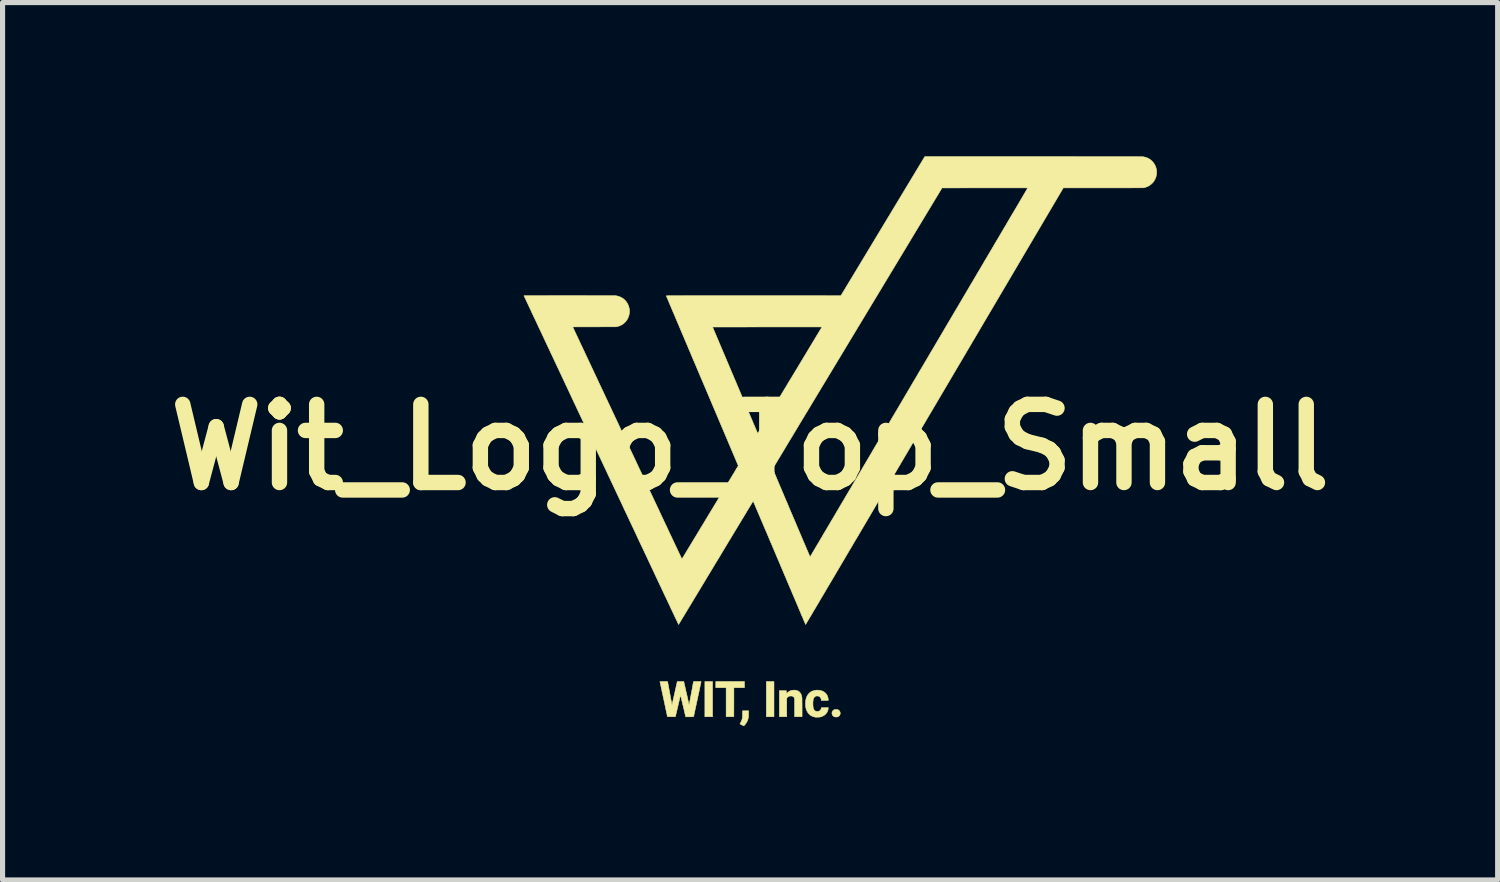
<source format=kicad_pcb>
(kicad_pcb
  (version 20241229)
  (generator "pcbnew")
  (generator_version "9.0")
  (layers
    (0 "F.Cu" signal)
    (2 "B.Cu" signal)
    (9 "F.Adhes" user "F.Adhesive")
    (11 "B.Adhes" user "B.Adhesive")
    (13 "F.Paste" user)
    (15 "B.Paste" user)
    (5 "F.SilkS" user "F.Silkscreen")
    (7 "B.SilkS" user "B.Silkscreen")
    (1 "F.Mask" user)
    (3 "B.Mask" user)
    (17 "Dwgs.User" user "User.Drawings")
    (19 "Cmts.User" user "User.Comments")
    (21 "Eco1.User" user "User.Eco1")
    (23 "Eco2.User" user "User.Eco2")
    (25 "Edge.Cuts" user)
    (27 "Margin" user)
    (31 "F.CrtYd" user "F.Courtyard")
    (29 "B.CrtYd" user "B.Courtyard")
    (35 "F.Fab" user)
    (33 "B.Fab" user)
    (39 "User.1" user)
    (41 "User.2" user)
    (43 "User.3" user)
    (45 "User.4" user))
  (footprint "Wit_Logo_Top_Small"
    (layer "F.Cu")
    (at 11.582 5.673)
    (property "Reference" "Wit_Logo_Top_Small" (at 0 0 0) (layer "F.SilkS") (effects (font (size 1.524 1.524) (thickness 0.3))))
    (attr through_hole)
    (fp_poly (pts (xy -0.732 5.259) (xy -0.882 5.259) (xy -0.882 4.572) (xy -0.732 4.572) (xy -0.732 5.259)) (stroke (width 0.01) (type solid)) (fill yes) (layer "F.SilkS"))
    (fp_poly (pts (xy 0.466 5.259) (xy 0.317 5.259) (xy 0.317 4.572) (xy 0.466 4.572) (xy 0.466 5.259)) (stroke (width 0.01) (type solid)) (fill yes) (layer "F.SilkS"))
    (fp_poly (pts (xy -0.11 4.691) (xy -0.213 4.691) (xy -0.316 4.691) (xy -0.316 4.975) (xy -0.317 5.259) (xy -0.467 5.259) (xy -0.467 4.691) (xy -0.669 4.691) (xy -0.669 4.572) (xy -0.11 4.572) (xy -0.11 4.691)) (stroke (width 0.01) (type solid)) (fill yes) (layer "F.SilkS"))
    (fp_poly (pts (xy 1.699 5.117) (xy 1.71 5.12) (xy 1.719 5.124) (xy 1.725 5.127) (xy 1.737 5.137) (xy 1.746 5.148) (xy 1.753 5.161) (xy 1.757 5.175) (xy 1.759 5.189) (xy 1.758 5.203) (xy 1.754 5.217) (xy 1.747 5.23) (xy 1.74 5.239) (xy 1.732 5.247) (xy 1.724 5.253) (xy 1.715 5.257) (xy 1.709 5.259) (xy 1.7 5.262) (xy 1.688 5.264) (xy 1.675 5.264) (xy 1.664 5.263) (xy 1.657 5.262) (xy 1.641 5.257) (xy 1.628 5.25) (xy 1.617 5.24) (xy 1.608 5.228) (xy 1.602 5.215) (xy 1.598 5.201) (xy 1.597 5.186) (xy 1.598 5.178) (xy 1.602 5.162) (xy 1.609 5.149) (xy 1.618 5.138) (xy 1.63 5.128) (xy 1.639 5.124) (xy 1.645 5.121) (xy 1.65 5.119) (xy 1.654 5.117) (xy 1.659 5.117) (xy 1.666 5.116) (xy 1.673 5.116) (xy 1.688 5.116) (xy 1.699 5.117)) (stroke (width 0.01) (type solid)) (fill yes) (layer "F.SilkS"))
    (fp_poly (pts (xy -0.03 5.197) (xy -0.03 5.211) (xy -0.03 5.225) (xy -0.031 5.238) (xy -0.031 5.249) (xy -0.032 5.258) (xy -0.032 5.265) (xy -0.032 5.266) (xy -0.037 5.291) (xy -0.044 5.317) (xy -0.054 5.342) (xy -0.067 5.367) (xy -0.082 5.39) (xy -0.098 5.411) (xy -0.108 5.422) (xy -0.123 5.437) (xy -0.16 5.419) (xy -0.17 5.413) (xy -0.179 5.409) (xy -0.187 5.405) (xy -0.192 5.402) (xy -0.196 5.4) (xy -0.196 5.399) (xy -0.196 5.397) (xy -0.194 5.393) (xy -0.191 5.387) (xy -0.187 5.379) (xy -0.182 5.37) (xy -0.181 5.368) (xy -0.173 5.352) (xy -0.167 5.337) (xy -0.162 5.324) (xy -0.158 5.312) (xy -0.154 5.3) (xy -0.152 5.292) (xy -0.151 5.287) (xy -0.151 5.283) (xy -0.15 5.278) (xy -0.149 5.272) (xy -0.149 5.265) (xy -0.149 5.256) (xy -0.148 5.246) (xy -0.148 5.232) (xy -0.148 5.216) (xy -0.148 5.209) (xy -0.147 5.143) (xy -0.029 5.143) (xy -0.03 5.197)) (stroke (width 0.01) (type solid)) (fill yes) (layer "F.SilkS"))
    (fp_poly (pts (xy 0.873 4.74) (xy 0.896 4.743) (xy 0.917 4.749) (xy 0.937 4.757) (xy 0.954 4.768) (xy 0.969 4.782) (xy 0.982 4.798) (xy 0.991 4.814) (xy 0.997 4.827) (xy 1.002 4.842) (xy 1.007 4.859) (xy 1.01 4.871) (xy 1.01 4.874) (xy 1.011 4.877) (xy 1.011 4.88) (xy 1.012 4.883) (xy 1.012 4.887) (xy 1.012 4.892) (xy 1.012 4.898) (xy 1.013 4.905) (xy 1.013 4.913) (xy 1.013 4.923) (xy 1.013 4.935) (xy 1.013 4.949) (xy 1.013 4.965) (xy 1.013 4.983) (xy 1.014 5.005) (xy 1.014 5.029) (xy 1.014 5.056) (xy 1.014 5.074) (xy 1.014 5.259) (xy 0.869 5.259) (xy 0.868 5.083) (xy 0.868 4.906) (xy 0.864 4.895) (xy 0.858 4.883) (xy 0.85 4.872) (xy 0.84 4.864) (xy 0.828 4.859) (xy 0.813 4.855) (xy 0.803 4.854) (xy 0.785 4.854) (xy 0.768 4.857) (xy 0.753 4.862) (xy 0.739 4.871) (xy 0.727 4.882) (xy 0.722 4.887) (xy 0.715 4.897) (xy 0.715 5.259) (xy 0.571 5.259) (xy 0.571 4.75) (xy 0.706 4.75) (xy 0.707 4.756) (xy 0.707 4.761) (xy 0.708 4.768) (xy 0.709 4.775) (xy 0.709 4.777) (xy 0.709 4.785) (xy 0.71 4.793) (xy 0.71 4.799) (xy 0.711 4.799) (xy 0.712 4.808) (xy 0.725 4.793) (xy 0.744 4.777) (xy 0.763 4.764) (xy 0.784 4.753) (xy 0.807 4.746) (xy 0.831 4.742) (xy 0.848 4.74) (xy 0.873 4.74)) (stroke (width 0.01) (type solid)) (fill yes) (layer "F.SilkS"))
    (fp_poly (pts (xy 1.35 4.742) (xy 1.377 4.747) (xy 1.402 4.755) (xy 1.426 4.765) (xy 1.447 4.778) (xy 1.465 4.793) (xy 1.482 4.81) (xy 1.496 4.829) (xy 1.507 4.851) (xy 1.516 4.874) (xy 1.519 4.886) (xy 1.52 4.892) (xy 1.522 4.9) (xy 1.523 4.909) (xy 1.524 4.918) (xy 1.525 4.926) (xy 1.525 4.933) (xy 1.525 4.938) (xy 1.525 4.94) (xy 1.523 4.94) (xy 1.518 4.94) (xy 1.51 4.941) (xy 1.501 4.941) (xy 1.489 4.941) (xy 1.476 4.941) (xy 1.461 4.941) (xy 1.456 4.941) (xy 1.389 4.941) (xy 1.389 4.933) (xy 1.387 4.92) (xy 1.384 4.907) (xy 1.378 4.894) (xy 1.371 4.882) (xy 1.363 4.873) (xy 1.363 4.873) (xy 1.35 4.864) (xy 1.336 4.857) (xy 1.321 4.854) (xy 1.304 4.854) (xy 1.298 4.854) (xy 1.282 4.858) (xy 1.268 4.865) (xy 1.257 4.874) (xy 1.247 4.886) (xy 1.242 4.896) (xy 1.237 4.907) (xy 1.234 4.918) (xy 1.231 4.931) (xy 1.229 4.945) (xy 1.227 4.961) (xy 1.226 4.98) (xy 1.226 5.001) (xy 1.226 5.005) (xy 1.226 5.017) (xy 1.226 5.029) (xy 1.227 5.04) (xy 1.227 5.05) (xy 1.228 5.057) (xy 1.228 5.058) (xy 1.231 5.079) (xy 1.236 5.098) (xy 1.243 5.115) (xy 1.251 5.128) (xy 1.261 5.139) (xy 1.273 5.147) (xy 1.277 5.148) (xy 1.283 5.151) (xy 1.289 5.152) (xy 1.297 5.154) (xy 1.304 5.154) (xy 1.322 5.154) (xy 1.338 5.151) (xy 1.352 5.146) (xy 1.364 5.138) (xy 1.374 5.127) (xy 1.376 5.125) (xy 1.381 5.117) (xy 1.385 5.107) (xy 1.387 5.098) (xy 1.389 5.089) (xy 1.389 5.088) (xy 1.389 5.082) (xy 1.526 5.082) (xy 1.525 5.089) (xy 1.524 5.095) (xy 1.524 5.102) (xy 1.523 5.107) (xy 1.522 5.114) (xy 1.52 5.122) (xy 1.518 5.131) (xy 1.518 5.132) (xy 1.51 5.155) (xy 1.498 5.176) (xy 1.484 5.195) (xy 1.468 5.213) (xy 1.449 5.228) (xy 1.428 5.241) (xy 1.404 5.252) (xy 1.379 5.261) (xy 1.367 5.264) (xy 1.362 5.265) (xy 1.354 5.265) (xy 1.344 5.266) (xy 1.333 5.267) (xy 1.321 5.267) (xy 1.31 5.267) (xy 1.299 5.268) (xy 1.289 5.267) (xy 1.281 5.267) (xy 1.278 5.267) (xy 1.254 5.263) (xy 1.23 5.256) (xy 1.208 5.247) (xy 1.187 5.236) (xy 1.177 5.229) (xy 1.168 5.222) (xy 1.157 5.213) (xy 1.147 5.202) (xy 1.137 5.192) (xy 1.129 5.182) (xy 1.126 5.177) (xy 1.113 5.154) (xy 1.101 5.13) (xy 1.093 5.104) (xy 1.086 5.076) (xy 1.082 5.046) (xy 1.081 5.014) (xy 1.081 4.99) (xy 1.083 4.958) (xy 1.087 4.928) (xy 1.094 4.901) (xy 1.103 4.875) (xy 1.114 4.851) (xy 1.128 4.829) (xy 1.139 4.815) (xy 1.155 4.797) (xy 1.174 4.781) (xy 1.195 4.768) (xy 1.218 4.757) (xy 1.242 4.749) (xy 1.268 4.743) (xy 1.295 4.74) (xy 1.322 4.74) (xy 1.35 4.742)) (stroke (width 0.01) (type solid)) (fill yes) (layer "F.SilkS"))
    (fp_poly (pts (xy -1.567 4.797) (xy -1.562 4.824) (xy -1.557 4.85) (xy -1.553 4.875) (xy -1.548 4.899) (xy -1.544 4.922) (xy -1.54 4.942) (xy -1.536 4.961) (xy -1.533 4.978) (xy -1.53 4.993) (xy -1.528 5.005) (xy -1.526 5.014) (xy -1.525 5.021) (xy -1.524 5.024) (xy -1.524 5.025) (xy -1.523 5.027) (xy -1.522 5.026) (xy -1.522 5.023) (xy -1.521 5.021) (xy -1.52 5.015) (xy -1.518 5.007) (xy -1.516 4.996) (xy -1.513 4.983) (xy -1.51 4.968) (xy -1.506 4.951) (xy -1.501 4.932) (xy -1.497 4.912) (xy -1.492 4.891) (xy -1.487 4.868) (xy -1.482 4.845) (xy -1.477 4.822) (xy -1.471 4.798) (xy -1.466 4.775) (xy -1.461 4.751) (xy -1.456 4.728) (xy -1.451 4.706) (xy -1.446 4.685) (xy -1.441 4.665) (xy -1.437 4.646) (xy -1.433 4.629) (xy -1.43 4.614) (xy -1.427 4.602) (xy -1.425 4.591) (xy -1.423 4.583) (xy -1.422 4.578) (xy -1.421 4.576) (xy -1.42 4.572) (xy -1.357 4.572) (xy -1.293 4.572) (xy -1.245 4.785) (xy -1.237 4.818) (xy -1.23 4.848) (xy -1.224 4.875) (xy -1.219 4.9) (xy -1.214 4.921) (xy -1.21 4.94) (xy -1.206 4.957) (xy -1.203 4.971) (xy -1.2 4.984) (xy -1.197 4.994) (xy -1.195 5.003) (xy -1.194 5.01) (xy -1.192 5.015) (xy -1.191 5.019) (xy -1.19 5.023) (xy -1.19 5.025) (xy -1.189 5.026) (xy -1.189 5.027) (xy -1.189 5.027) (xy -1.189 5.026) (xy -1.188 5.026) (xy -1.188 5.025) (xy -1.188 5.025) (xy -1.188 5.023) (xy -1.187 5.018) (xy -1.185 5.01) (xy -1.183 5) (xy -1.181 4.987) (xy -1.178 4.972) (xy -1.175 4.955) (xy -1.171 4.936) (xy -1.168 4.916) (xy -1.164 4.895) (xy -1.16 4.872) (xy -1.155 4.849) (xy -1.151 4.826) (xy -1.146 4.802) (xy -1.142 4.778) (xy -1.138 4.755) (xy -1.133 4.732) (xy -1.129 4.709) (xy -1.125 4.688) (xy -1.121 4.667) (xy -1.118 4.648) (xy -1.115 4.631) (xy -1.112 4.615) (xy -1.109 4.602) (xy -1.107 4.591) (xy -1.106 4.582) (xy -1.105 4.576) (xy -1.104 4.573) (xy -1.104 4.573) (xy -1.102 4.573) (xy -1.098 4.573) (xy -1.09 4.572) (xy -1.081 4.572) (xy -1.069 4.572) (xy -1.055 4.572) (xy -1.041 4.572) (xy -1.029 4.572) (xy -0.955 4.572) (xy -0.956 4.578) (xy -0.956 4.58) (xy -0.958 4.585) (xy -0.959 4.593) (xy -0.962 4.604) (xy -0.965 4.618) (xy -0.968 4.635) (xy -0.972 4.653) (xy -0.977 4.674) (xy -0.981 4.697) (xy -0.987 4.722) (xy -0.992 4.749) (xy -0.998 4.777) (xy -1.005 4.806) (xy -1.011 4.837) (xy -1.018 4.869) (xy -1.025 4.902) (xy -1.029 4.921) (xy -1.102 5.259) (xy -1.256 5.26) (xy -1.305 5.051) (xy -1.312 5.025) (xy -1.318 5) (xy -1.323 4.976) (xy -1.329 4.953) (xy -1.334 4.932) (xy -1.339 4.912) (xy -1.343 4.895) (xy -1.347 4.879) (xy -1.35 4.866) (xy -1.352 4.855) (xy -1.354 4.847) (xy -1.356 4.842) (xy -1.356 4.84) (xy -1.356 4.84) (xy -1.357 4.839) (xy -1.357 4.839) (xy -1.357 4.839) (xy -1.357 4.84) (xy -1.358 4.841) (xy -1.358 4.842) (xy -1.359 4.845) (xy -1.36 4.849) (xy -1.361 4.853) (xy -1.363 4.86) (xy -1.365 4.868) (xy -1.367 4.877) (xy -1.37 4.888) (xy -1.373 4.901) (xy -1.376 4.917) (xy -1.381 4.935) (xy -1.385 4.955) (xy -1.391 4.977) (xy -1.397 5.003) (xy -1.403 5.031) (xy -1.411 5.063) (xy -1.414 5.077) (xy -1.457 5.259) (xy -1.534 5.259) (xy -1.55 5.259) (xy -1.565 5.259) (xy -1.578 5.259) (xy -1.59 5.259) (xy -1.599 5.259) (xy -1.607 5.259) (xy -1.611 5.259) (xy -1.612 5.259) (xy -1.612 5.257) (xy -1.613 5.252) (xy -1.615 5.244) (xy -1.617 5.234) (xy -1.62 5.221) (xy -1.623 5.206) (xy -1.627 5.188) (xy -1.631 5.168) (xy -1.636 5.147) (xy -1.641 5.124) (xy -1.646 5.1) (xy -1.651 5.074) (xy -1.657 5.047) (xy -1.663 5.02) (xy -1.669 4.992) (xy -1.675 4.963) (xy -1.681 4.934) (xy -1.688 4.905) (xy -1.694 4.876) (xy -1.7 4.847) (xy -1.706 4.819) (xy -1.712 4.791) (xy -1.718 4.765) (xy -1.723 4.739) (xy -1.728 4.715) (xy -1.733 4.691) (xy -1.738 4.67) (xy -1.742 4.65) (xy -1.746 4.633) (xy -1.749 4.617) (xy -1.752 4.604) (xy -1.754 4.594) (xy -1.756 4.586) (xy -1.757 4.581) (xy -1.757 4.579) (xy -1.759 4.572) (xy -1.609 4.572) (xy -1.567 4.797)) (stroke (width 0.01) (type solid)) (fill yes) (layer "F.SilkS"))
    (fp_poly (pts (xy 5.523 -5.668) (xy 5.638 -5.668) (xy 5.75 -5.668) (xy 5.859 -5.668) (xy 5.965 -5.668) (xy 6.067 -5.668) (xy 6.166 -5.668) (xy 6.261 -5.668) (xy 6.354 -5.668) (xy 6.442 -5.667) (xy 6.528 -5.667) (xy 6.611 -5.667) (xy 6.69 -5.667) (xy 6.766 -5.667) (xy 6.839 -5.667) (xy 6.908 -5.667) (xy 6.975 -5.667) (xy 7.038 -5.667) (xy 7.098 -5.667) (xy 7.155 -5.667) (xy 7.208 -5.667) (xy 7.259 -5.667) (xy 7.307 -5.667) (xy 7.351 -5.667) (xy 7.392 -5.667) (xy 7.431 -5.667) (xy 7.466 -5.667) (xy 7.498 -5.667) (xy 7.527 -5.667) (xy 7.554 -5.667) (xy 7.577 -5.666) (xy 7.597 -5.666) (xy 7.614 -5.666) (xy 7.629 -5.666) (xy 7.64 -5.666) (xy 7.648 -5.666) (xy 7.654 -5.666) (xy 7.656 -5.666) (xy 7.656 -5.666) (xy 7.688 -5.661) (xy 7.719 -5.654) (xy 7.748 -5.643) (xy 7.776 -5.629) (xy 7.797 -5.616) (xy 7.81 -5.607) (xy 7.823 -5.596) (xy 7.837 -5.583) (xy 7.85 -5.571) (xy 7.861 -5.559) (xy 7.862 -5.557) (xy 7.88 -5.532) (xy 7.896 -5.506) (xy 7.909 -5.477) (xy 7.919 -5.448) (xy 7.926 -5.418) (xy 7.93 -5.388) (xy 7.931 -5.358) (xy 7.93 -5.34) (xy 7.926 -5.31) (xy 7.921 -5.283) (xy 7.912 -5.256) (xy 7.901 -5.231) (xy 7.9 -5.228) (xy 7.885 -5.2) (xy 7.867 -5.174) (xy 7.847 -5.151) (xy 7.824 -5.13) (xy 7.8 -5.111) (xy 7.773 -5.094) (xy 7.744 -5.081) (xy 7.714 -5.07) (xy 7.687 -5.063) (xy 7.668 -5.059) (xy 6.889 -5.058) (xy 6.11 -5.058) (xy 3.597 -0.798) (xy 3.506 -0.644) (xy 3.417 -0.493) (xy 3.329 -0.344) (xy 3.243 -0.199) (xy 3.159 -0.056) (xy 3.077 0.084) (xy 2.996 0.221) (xy 2.917 0.355) (xy 2.84 0.486) (xy 2.764 0.614) (xy 2.69 0.739) (xy 2.618 0.862) (xy 2.547 0.981) (xy 2.478 1.098) (xy 2.411 1.212) (xy 2.346 1.323) (xy 2.282 1.431) (xy 2.22 1.536) (xy 2.159 1.639) (xy 2.101 1.738) (xy 2.043 1.835) (xy 1.988 1.929) (xy 1.934 2.02) (xy 1.882 2.108) (xy 1.832 2.194) (xy 1.783 2.276) (xy 1.736 2.356) (xy 1.69 2.433) (xy 1.647 2.507) (xy 1.605 2.578) (xy 1.564 2.647) (xy 1.525 2.712) (xy 1.488 2.775) (xy 1.453 2.835) (xy 1.419 2.893) (xy 1.386 2.947) (xy 1.356 2.999) (xy 1.327 3.048) (xy 1.3 3.094) (xy 1.274 3.138) (xy 1.25 3.178) (xy 1.227 3.216) (xy 1.207 3.251) (xy 1.188 3.284) (xy 1.17 3.313) (xy 1.154 3.34) (xy 1.14 3.364) (xy 1.127 3.386) (xy 1.116 3.404) (xy 1.106 3.42) (xy 1.099 3.433) (xy 1.092 3.444) (xy 1.088 3.451) (xy 1.085 3.456) (xy 1.083 3.459) (xy 1.083 3.459) (xy 1.082 3.457) (xy 1.08 3.453) (xy 1.077 3.445) (xy 1.073 3.434) (xy 1.067 3.421) (xy 1.06 3.405) (xy 1.052 3.386) (xy 1.043 3.365) (xy 1.033 3.341) (xy 1.022 3.314) (xy 1.009 3.286) (xy 0.996 3.255) (xy 0.982 3.222) (xy 0.967 3.186) (xy 0.951 3.149) (xy 0.935 3.109) (xy 0.917 3.068) (xy 0.899 3.025) (xy 0.88 2.98) (xy 0.86 2.934) (xy 0.839 2.885) (xy 0.818 2.836) (xy 0.797 2.784) (xy 0.774 2.732) (xy 0.751 2.678) (xy 0.728 2.623) (xy 0.704 2.566) (xy 0.68 2.509) (xy 0.655 2.451) (xy 0.63 2.391) (xy 0.604 2.331) (xy 0.579 2.27) (xy 0.572 2.254) (xy 0.546 2.193) (xy 0.52 2.132) (xy 0.495 2.073) (xy 0.47 2.014) (xy 0.446 1.957) (xy 0.422 1.9) (xy 0.398 1.845) (xy 0.375 1.791) (xy 0.353 1.738) (xy 0.331 1.686) (xy 0.31 1.636) (xy 0.289 1.588) (xy 0.269 1.541) (xy 0.25 1.495) (xy 0.231 1.452) (xy 0.213 1.41) (xy 0.197 1.37) (xy 0.18 1.332) (xy 0.165 1.297) (xy 0.151 1.263) (xy 0.137 1.231) (xy 0.125 1.202) (xy 0.113 1.175) (xy 0.103 1.151) (xy 0.094 1.129) (xy 0.085 1.11) (xy 0.078 1.093) (xy 0.072 1.079) (xy 0.067 1.068) (xy 0.064 1.059) (xy 0.061 1.054) (xy 0.06 1.052) (xy 0.06 1.051) (xy 0.059 1.053) (xy 0.057 1.057) (xy 0.052 1.064) (xy 0.046 1.074) (xy 0.039 1.086) (xy 0.03 1.101) (xy 0.019 1.119) (xy 0.007 1.139) (xy -0.007 1.161) (xy -0.021 1.185) (xy -0.038 1.212) (xy -0.055 1.241) (xy -0.074 1.272) (xy -0.094 1.305) (xy -0.115 1.34) (xy -0.137 1.377) (xy -0.161 1.415) (xy -0.185 1.456) (xy -0.211 1.498) (xy -0.237 1.542) (xy -0.264 1.587) (xy -0.293 1.634) (xy -0.322 1.682) (xy -0.352 1.732) (xy -0.382 1.782) (xy -0.414 1.834) (xy -0.446 1.888) (xy -0.479 1.942) (xy -0.512 1.997) (xy -0.546 2.053) (xy -0.58 2.111) (xy -0.615 2.169) (xy -0.651 2.227) (xy -0.668 2.255) (xy -0.703 2.314) (xy -0.738 2.372) (xy -0.773 2.43) (xy -0.807 2.486) (xy -0.841 2.542) (xy -0.874 2.597) (xy -0.906 2.651) (xy -0.938 2.703) (xy -0.969 2.755) (xy -0.999 2.805) (xy -1.029 2.854) (xy -1.057 2.901) (xy -1.085 2.947) (xy -1.112 2.992) (xy -1.138 3.035) (xy -1.163 3.076) (xy -1.187 3.116) (xy -1.21 3.153) (xy -1.231 3.189) (xy -1.252 3.223) (xy -1.271 3.255) (xy -1.289 3.285) (xy -1.306 3.313) (xy -1.322 3.339) (xy -1.336 3.362) (xy -1.348 3.383) (xy -1.36 3.402) (xy -1.369 3.418) (xy -1.378 3.431) (xy -1.384 3.442) (xy -1.389 3.451) (xy -1.393 3.456) (xy -1.395 3.459) (xy -1.395 3.46) (xy -1.396 3.458) (xy -1.398 3.454) (xy -1.401 3.446) (xy -1.406 3.436) (xy -1.413 3.422) (xy -1.42 3.406) (xy -1.429 3.387) (xy -1.439 3.366) (xy -1.451 3.341) (xy -1.464 3.314) (xy -1.478 3.285) (xy -1.493 3.252) (xy -1.509 3.218) (xy -1.527 3.18) (xy -1.546 3.141) (xy -1.565 3.099) (xy -1.586 3.054) (xy -1.608 3.007) (xy -1.631 2.958) (xy -1.656 2.907) (xy -1.681 2.854) (xy -1.707 2.798) (xy -1.734 2.741) (xy -1.762 2.681) (xy -1.791 2.62) (xy -1.821 2.556) (xy -1.852 2.491) (xy -1.883 2.423) (xy -1.916 2.354) (xy -1.949 2.283) (xy -1.983 2.211) (xy -2.018 2.136) (xy -2.054 2.061) (xy -2.09 1.983) (xy -2.128 1.904) (xy -2.166 1.824) (xy -2.204 1.742) (xy -2.243 1.658) (xy -2.283 1.573) (xy -2.324 1.487) (xy -2.365 1.4) (xy -2.406 1.311) (xy -2.449 1.222) (xy -2.491 1.131) (xy -2.534 1.039) (xy -2.578 0.946) (xy -2.622 0.852) (xy -2.667 0.757) (xy -2.712 0.661) (xy -2.758 0.564) (xy -2.803 0.467) (xy -2.85 0.368) (xy -2.896 0.269) (xy -2.903 0.254) (xy -2.95 0.155) (xy -2.996 0.057) (xy -3.042 -0.041) (xy -3.088 -0.138) (xy -3.133 -0.234) (xy -3.177 -0.329) (xy -3.222 -0.423) (xy -3.266 -0.516) (xy -3.309 -0.609) (xy -3.352 -0.7) (xy -3.394 -0.79) (xy -3.436 -0.878) (xy -3.477 -0.966) (xy -3.517 -1.052) (xy -3.557 -1.137) (xy -3.597 -1.221) (xy -3.635 -1.303) (xy -3.673 -1.384) (xy -3.71 -1.463) (xy -3.747 -1.541) (xy -3.783 -1.617) (xy -3.818 -1.692) (xy -3.852 -1.765) (xy -3.886 -1.836) (xy -3.918 -1.905) (xy -3.95 -1.973) (xy -3.981 -2.039) (xy -4.011 -2.103) (xy -4.04 -2.165) (xy -4.068 -2.225) (xy -4.095 -2.283) (xy -4.122 -2.338) (xy -4.147 -2.392) (xy -4.171 -2.444) (xy -4.194 -2.493) (xy -4.217 -2.54) (xy -4.238 -2.585) (xy -4.258 -2.628) (xy -4.276 -2.668) (xy -4.294 -2.706) (xy -4.311 -2.741) (xy -4.326 -2.774) (xy -4.34 -2.804) (xy -4.353 -2.831) (xy -4.365 -2.856) (xy -4.375 -2.878) (xy -4.384 -2.898) (xy -4.392 -2.914) (xy -4.399 -2.928) (xy -4.404 -2.939) (xy -4.408 -2.947) (xy -4.41 -2.952) (xy -4.411 -2.954) (xy -4.411 -2.954) (xy -4.41 -2.954) (xy -4.409 -2.955) (xy -4.407 -2.955) (xy -4.404 -2.955) (xy -4.399 -2.955) (xy -4.393 -2.955) (xy -4.386 -2.955) (xy -4.378 -2.955) (xy -4.368 -2.956) (xy -4.357 -2.956) (xy -4.344 -2.956) (xy -4.329 -2.956) (xy -4.312 -2.956) (xy -4.294 -2.956) (xy -4.274 -2.956) (xy -4.251 -2.956) (xy -4.227 -2.956) (xy -4.2 -2.956) (xy -4.171 -2.956) (xy -4.14 -2.956) (xy -4.107 -2.956) (xy -4.071 -2.956) (xy -4.032 -2.956) (xy -3.991 -2.956) (xy -3.947 -2.956) (xy -3.9 -2.957) (xy -3.85 -2.957) (xy -3.798 -2.957) (xy -3.742 -2.957) (xy -3.683 -2.957) (xy -3.621 -2.957) (xy -3.556 -2.957) (xy -3.532 -2.957) (xy -3.457 -2.957) (xy -3.385 -2.957) (xy -3.316 -2.957) (xy -3.251 -2.957) (xy -3.189 -2.956) (xy -3.131 -2.956) (xy -3.076 -2.956) (xy -3.024 -2.956) (xy -2.975 -2.956) (xy -2.93 -2.956) (xy -2.888 -2.956) (xy -2.849 -2.956) (xy -2.813 -2.956) (xy -2.781 -2.956) (xy -2.752 -2.956) (xy -2.726 -2.956) (xy -2.703 -2.956) (xy -2.683 -2.956) (xy -2.666 -2.955) (xy -2.653 -2.955) (xy -2.642 -2.955) (xy -2.635 -2.955) (xy -2.631 -2.955) (xy -2.63 -2.955) (xy -2.599 -2.951) (xy -2.569 -2.943) (xy -2.54 -2.933) (xy -2.512 -2.92) (xy -2.486 -2.905) (xy -2.462 -2.887) (xy -2.44 -2.867) (xy -2.42 -2.844) (xy -2.403 -2.82) (xy -2.387 -2.794) (xy -2.375 -2.766) (xy -2.365 -2.737) (xy -2.357 -2.706) (xy -2.353 -2.675) (xy -2.353 -2.664) (xy -2.353 -2.635) (xy -2.356 -2.605) (xy -2.362 -2.576) (xy -2.371 -2.546) (xy -2.383 -2.518) (xy -2.397 -2.492) (xy -2.409 -2.472) (xy -2.417 -2.462) (xy -2.427 -2.45) (xy -2.439 -2.438) (xy -2.45 -2.427) (xy -2.462 -2.416) (xy -2.473 -2.407) (xy -2.479 -2.402) (xy -2.503 -2.387) (xy -2.529 -2.374) (xy -2.556 -2.363) (xy -2.585 -2.354) (xy -2.595 -2.352) (xy -2.612 -2.348) (xy -3.036 -2.347) (xy -3.073 -2.347) (xy -3.11 -2.347) (xy -3.146 -2.347) (xy -3.18 -2.347) (xy -3.214 -2.347) (xy -3.245 -2.347) (xy -3.275 -2.347) (xy -3.304 -2.347) (xy -3.33 -2.347) (xy -3.355 -2.347) (xy -3.377 -2.346) (xy -3.397 -2.346) (xy -3.414 -2.346) (xy -3.429 -2.346) (xy -3.441 -2.346) (xy -3.45 -2.346) (xy -3.456 -2.346) (xy -3.459 -2.346) (xy -3.459 -2.346) (xy -3.459 -2.344) (xy -3.457 -2.339) (xy -3.453 -2.332) (xy -3.448 -2.321) (xy -3.442 -2.308) (xy -3.435 -2.292) (xy -3.426 -2.274) (xy -3.416 -2.252) (xy -3.405 -2.229) (xy -3.393 -2.202) (xy -3.379 -2.174) (xy -3.365 -2.143) (xy -3.349 -2.109) (xy -3.332 -2.074) (xy -3.315 -2.036) (xy -3.296 -1.996) (xy -3.276 -1.955) (xy -3.256 -1.911) (xy -3.234 -1.865) (xy -3.212 -1.818) (xy -3.189 -1.769) (xy -3.165 -1.718) (xy -3.14 -1.665) (xy -3.115 -1.611) (xy -3.089 -1.556) (xy -3.062 -1.499) (xy -3.035 -1.44) (xy -3.006 -1.38) (xy -2.978 -1.32) (xy -2.949 -1.257) (xy -2.919 -1.194) (xy -2.889 -1.13) (xy -2.858 -1.065) (xy -2.827 -0.998) (xy -2.795 -0.931) (xy -2.764 -0.864) (xy -2.731 -0.795) (xy -2.699 -0.726) (xy -2.666 -0.656) (xy -2.633 -0.586) (xy -2.6 -0.515) (xy -2.566 -0.444) (xy -2.533 -0.372) (xy -2.499 -0.301) (xy -2.465 -0.229) (xy -2.431 -0.157) (xy -2.397 -0.085) (xy -2.363 -0.012) (xy -2.33 0.06) (xy -2.296 0.132) (xy -2.262 0.203) (xy -2.228 0.275) (xy -2.195 0.346) (xy -2.162 0.417) (xy -2.128 0.487) (xy -2.096 0.557) (xy -2.063 0.626) (xy -2.031 0.695) (xy -1.999 0.763) (xy -1.967 0.83) (xy -1.936 0.896) (xy -1.905 0.961) (xy -1.875 1.026) (xy -1.845 1.089) (xy -1.816 1.151) (xy -1.787 1.212) (xy -1.759 1.272) (xy -1.732 1.331) (xy -1.705 1.388) (xy -1.679 1.444) (xy -1.653 1.498) (xy -1.628 1.55) (xy -1.604 1.602) (xy -1.581 1.651) (xy -1.559 1.698) (xy -1.537 1.744) (xy -1.516 1.788) (xy -1.497 1.83) (xy -1.478 1.87) (xy -1.46 1.908) (xy -1.443 1.944) (xy -1.427 1.977) (xy -1.413 2.008) (xy -1.399 2.037) (xy -1.386 2.064) (xy -1.375 2.088) (xy -1.365 2.109) (xy -1.356 2.128) (xy -1.348 2.144) (xy -1.342 2.158) (xy -1.337 2.168) (xy -1.333 2.176) (xy -1.331 2.181) (xy -1.33 2.183) (xy -1.33 2.183) (xy -1.329 2.182) (xy -1.326 2.177) (xy -1.322 2.17) (xy -1.316 2.161) (xy -1.309 2.148) (xy -1.3 2.134) (xy -1.289 2.116) (xy -1.277 2.097) (xy -1.264 2.075) (xy -1.249 2.051) (xy -1.234 2.025) (xy -1.217 1.997) (xy -1.198 1.966) (xy -1.179 1.934) (xy -1.158 1.9) (xy -1.137 1.865) (xy -1.114 1.827) (xy -1.091 1.788) (xy -1.066 1.748) (xy -1.041 1.706) (xy -1.015 1.663) (xy -0.988 1.619) (xy -0.961 1.573) (xy -0.932 1.526) (xy -0.903 1.478) (xy -0.874 1.43) (xy -0.844 1.38) (xy -0.814 1.33) (xy -0.783 1.278) (xy -0.779 1.273) (xy -0.266 0.422) (xy 0.441 0.422) (xy 0.442 0.424) (xy 0.444 0.429) (xy 0.447 0.437) (xy 0.452 0.448) (xy 0.457 0.461) (xy 0.464 0.477) (xy 0.472 0.496) (xy 0.48 0.516) (xy 0.49 0.539) (xy 0.501 0.564) (xy 0.512 0.591) (xy 0.524 0.62) (xy 0.537 0.651) (xy 0.551 0.684) (xy 0.565 0.718) (xy 0.58 0.753) (xy 0.596 0.79) (xy 0.612 0.828) (xy 0.629 0.868) (xy 0.646 0.908) (xy 0.663 0.949) (xy 0.681 0.991) (xy 0.699 1.034) (xy 0.718 1.077) (xy 0.737 1.121) (xy 0.755 1.166) (xy 0.774 1.21) (xy 0.793 1.255) (xy 0.812 1.3) (xy 0.831 1.344) (xy 0.85 1.389) (xy 0.869 1.433) (xy 0.888 1.477) (xy 0.906 1.521) (xy 0.924 1.564) (xy 0.942 1.606) (xy 0.96 1.647) (xy 0.977 1.688) (xy 0.994 1.727) (xy 1.01 1.766) (xy 1.026 1.803) (xy 1.041 1.839) (xy 1.056 1.873) (xy 1.07 1.906) (xy 1.083 1.937) (xy 1.096 1.966) (xy 1.107 1.994) (xy 1.118 2.019) (xy 1.128 2.042) (xy 1.137 2.064) (xy 1.145 2.082) (xy 1.152 2.099) (xy 1.158 2.113) (xy 1.163 2.124) (xy 1.167 2.132) (xy 1.169 2.138) (xy 1.17 2.14) (xy 1.171 2.141) (xy 1.171 2.139) (xy 1.174 2.135) (xy 1.178 2.128) (xy 1.184 2.117) (xy 1.192 2.105) (xy 1.201 2.089) (xy 1.212 2.071) (xy 1.224 2.05) (xy 1.238 2.027) (xy 1.253 2.001) (xy 1.27 1.972) (xy 1.288 1.941) (xy 1.308 1.908) (xy 1.329 1.872) (xy 1.352 1.834) (xy 1.376 1.793) (xy 1.401 1.751) (xy 1.427 1.706) (xy 1.455 1.658) (xy 1.485 1.609) (xy 1.515 1.557) (xy 1.547 1.504) (xy 1.579 1.448) (xy 1.614 1.39) (xy 1.649 1.331) (xy 1.685 1.269) (xy 1.723 1.205) (xy 1.761 1.14) (xy 1.801 1.073) (xy 1.842 1.004) (xy 1.883 0.933) (xy 1.926 0.861) (xy 1.97 0.787) (xy 2.014 0.711) (xy 2.06 0.634) (xy 2.106 0.555) (xy 2.154 0.475) (xy 2.202 0.393) (xy 2.251 0.31) (xy 2.301 0.225) (xy 2.352 0.139) (xy 2.403 0.052) (xy 2.455 -0.037) (xy 2.508 -0.126) (xy 2.562 -0.217) (xy 2.616 -0.309) (xy 2.671 -0.402) (xy 2.727 -0.497) (xy 2.783 -0.592) (xy 2.84 -0.688) (xy 2.897 -0.785) (xy 2.955 -0.883) (xy 3.013 -0.982) (xy 3.072 -1.082) (xy 3.132 -1.183) (xy 3.191 -1.284) (xy 3.252 -1.386) (xy 3.294 -1.459) (xy 3.355 -1.561) (xy 3.415 -1.663) (xy 3.475 -1.764) (xy 3.534 -1.865) (xy 3.593 -1.964) (xy 3.651 -2.063) (xy 3.709 -2.161) (xy 3.766 -2.258) (xy 3.822 -2.354) (xy 3.878 -2.448) (xy 3.934 -2.542) (xy 3.988 -2.635) (xy 4.043 -2.727) (xy 4.096 -2.817) (xy 4.149 -2.907) (xy 4.201 -2.995) (xy 4.252 -3.082) (xy 4.302 -3.167) (xy 4.352 -3.251) (xy 4.401 -3.334) (xy 4.449 -3.416) (xy 4.496 -3.495) (xy 4.542 -3.574) (xy 4.587 -3.651) (xy 4.632 -3.726) (xy 4.675 -3.799) (xy 4.718 -3.871) (xy 4.759 -3.941) (xy 4.799 -4.01) (xy 4.839 -4.076) (xy 4.877 -4.141) (xy 4.914 -4.204) (xy 4.95 -4.265) (xy 4.985 -4.324) (xy 5.019 -4.382) (xy 5.051 -4.437) (xy 5.082 -4.49) (xy 5.112 -4.541) (xy 5.141 -4.589) (xy 5.169 -4.636) (xy 5.195 -4.68) (xy 5.22 -4.723) (xy 5.243 -4.762) (xy 5.265 -4.8) (xy 5.286 -4.835) (xy 5.305 -4.868) (xy 5.323 -4.898) (xy 5.339 -4.926) (xy 5.354 -4.951) (xy 5.368 -4.974) (xy 5.379 -4.994) (xy 5.39 -5.011) (xy 5.398 -5.026) (xy 5.405 -5.038) (xy 5.411 -5.047) (xy 5.414 -5.053) (xy 5.417 -5.057) (xy 5.417 -5.057) (xy 5.415 -5.057) (xy 5.41 -5.057) (xy 5.402 -5.057) (xy 5.391 -5.057) (xy 5.377 -5.058) (xy 5.36 -5.058) (xy 5.34 -5.058) (xy 5.317 -5.058) (xy 5.292 -5.058) (xy 5.265 -5.058) (xy 5.235 -5.058) (xy 5.203 -5.058) (xy 5.168 -5.058) (xy 5.132 -5.058) (xy 5.093 -5.058) (xy 5.053 -5.058) (xy 5.011 -5.058) (xy 4.967 -5.058) (xy 4.922 -5.058) (xy 4.876 -5.058) (xy 4.828 -5.058) (xy 4.778 -5.058) (xy 4.728 -5.058) (xy 4.677 -5.058) (xy 4.624 -5.058) (xy 4.58 -5.058) (xy 3.744 -5.057) (xy 2.092 -2.319) (xy 2.022 -2.203) (xy 1.953 -2.089) (xy 1.886 -1.978) (xy 1.821 -1.87) (xy 1.758 -1.765) (xy 1.696 -1.663) (xy 1.636 -1.564) (xy 1.578 -1.467) (xy 1.521 -1.373) (xy 1.466 -1.281) (xy 1.412 -1.193) (xy 1.361 -1.107) (xy 1.31 -1.023) (xy 1.261 -0.942) (xy 1.214 -0.864) (xy 1.169 -0.788) (xy 1.125 -0.715) (xy 1.082 -0.645) (xy 1.041 -0.577) (xy 1.001 -0.511) (xy 0.963 -0.448) (xy 0.927 -0.387) (xy 0.892 -0.329) (xy 0.858 -0.273) (xy 0.826 -0.219) (xy 0.795 -0.168) (xy 0.765 -0.119) (xy 0.737 -0.072) (xy 0.71 -0.027) (xy 0.685 0.015) (xy 0.661 0.055) (xy 0.638 0.093) (xy 0.617 0.128) (xy 0.597 0.162) (xy 0.578 0.193) (xy 0.56 0.222) (xy 0.544 0.249) (xy 0.529 0.274) (xy 0.515 0.297) (xy 0.503 0.318) (xy 0.491 0.337) (xy 0.481 0.354) (xy 0.472 0.369) (xy 0.464 0.382) (xy 0.458 0.394) (xy 0.452 0.403) (xy 0.448 0.411) (xy 0.444 0.416) (xy 0.442 0.42) (xy 0.441 0.422) (xy 0.441 0.422) (xy -0.266 0.422) (xy -0.23 0.362) (xy -0.932 -1.294) (xy -0.963 -1.366) (xy -0.993 -1.437) (xy -1.023 -1.507) (xy -1.052 -1.577) (xy -1.081 -1.645) (xy -1.11 -1.712) (xy -1.138 -1.779) (xy -1.165 -1.844) (xy -1.193 -1.908) (xy -1.219 -1.971) (xy -1.245 -2.032) (xy -1.271 -2.092) (xy -1.295 -2.151) (xy -1.32 -2.208) (xy -1.343 -2.263) (xy -1.366 -2.317) (xy -1.377 -2.344) (xy -0.732 -2.344) (xy -0.292 -1.306) (xy -0.268 -1.249) (xy -0.244 -1.193) (xy -0.221 -1.138) (xy -0.198 -1.084) (xy -0.176 -1.031) (xy -0.153 -0.979) (xy -0.132 -0.928) (xy -0.111 -0.878) (xy -0.09 -0.83) (xy -0.07 -0.783) (xy -0.051 -0.737) (xy -0.032 -0.693) (xy -0.015 -0.651) (xy 0.003 -0.611) (xy 0.019 -0.572) (xy 0.035 -0.536) (xy 0.049 -0.501) (xy 0.063 -0.468) (xy 0.076 -0.438) (xy 0.088 -0.41) (xy 0.099 -0.384) (xy 0.109 -0.36) (xy 0.118 -0.339) (xy 0.126 -0.321) (xy 0.133 -0.305) (xy 0.139 -0.291) (xy 0.143 -0.281) (xy 0.146 -0.274) (xy 0.148 -0.269) (xy 0.149 -0.268) (xy 0.15 -0.269) (xy 0.152 -0.273) (xy 0.157 -0.28) (xy 0.163 -0.29) (xy 0.17 -0.302) (xy 0.179 -0.317) (xy 0.19 -0.334) (xy 0.202 -0.354) (xy 0.215 -0.376) (xy 0.23 -0.4) (xy 0.246 -0.427) (xy 0.263 -0.455) (xy 0.281 -0.486) (xy 0.301 -0.519) (xy 0.322 -0.553) (xy 0.344 -0.589) (xy 0.367 -0.627) (xy 0.391 -0.667) (xy 0.415 -0.708) (xy 0.441 -0.751) (xy 0.468 -0.795) (xy 0.496 -0.841) (xy 0.524 -0.887) (xy 0.553 -0.936) (xy 0.583 -0.985) (xy 0.613 -1.035) (xy 0.644 -1.087) (xy 0.676 -1.139) (xy 0.708 -1.192) (xy 0.74 -1.246) (xy 0.773 -1.301) (xy 0.776 -1.306) (xy 0.809 -1.36) (xy 0.842 -1.414) (xy 0.874 -1.468) (xy 0.906 -1.52) (xy 0.937 -1.572) (xy 0.967 -1.622) (xy 0.997 -1.671) (xy 1.026 -1.72) (xy 1.054 -1.767) (xy 1.082 -1.812) (xy 1.108 -1.857) (xy 1.134 -1.9) (xy 1.159 -1.941) (xy 1.183 -1.981) (xy 1.206 -2.019) (xy 1.228 -2.055) (xy 1.249 -2.09) (xy 1.269 -2.123) (xy 1.287 -2.154) (xy 1.304 -2.182) (xy 1.321 -2.209) (xy 1.335 -2.233) (xy 1.349 -2.256) (xy 1.361 -2.276) (xy 1.371 -2.293) (xy 1.38 -2.308) (xy 1.388 -2.321) (xy 1.394 -2.331) (xy 1.398 -2.338) (xy 1.401 -2.343) (xy 1.402 -2.345) (xy 1.402 -2.345) (xy 1.4 -2.345) (xy 1.395 -2.345) (xy 1.387 -2.345) (xy 1.375 -2.345) (xy 1.361 -2.345) (xy 1.344 -2.345) (xy 1.324 -2.345) (xy 1.301 -2.345) (xy 1.275 -2.345) (xy 1.247 -2.345) (xy 1.216 -2.345) (xy 1.183 -2.345) (xy 1.148 -2.345) (xy 1.111 -2.345) (xy 1.071 -2.345) (xy 1.029 -2.345) (xy 0.986 -2.345) (xy 0.94 -2.345) (xy 0.893 -2.345) (xy 0.844 -2.345) (xy 0.794 -2.345) (xy 0.742 -2.345) (xy 0.688 -2.345) (xy 0.634 -2.345) (xy 0.578 -2.345) (xy 0.521 -2.345) (xy 0.463 -2.345) (xy 0.404 -2.345) (xy 0.344 -2.345) (xy 0.334 -2.345) (xy -0.732 -2.344) (xy -1.377 -2.344) (xy -1.388 -2.369) (xy -1.409 -2.419) (xy -1.43 -2.468) (xy -1.45 -2.514) (xy -1.468 -2.559) (xy -1.486 -2.601) (xy -1.504 -2.642) (xy -1.52 -2.68) (xy -1.535 -2.716) (xy -1.549 -2.75) (xy -1.563 -2.781) (xy -1.575 -2.81) (xy -1.586 -2.837) (xy -1.596 -2.861) (xy -1.605 -2.882) (xy -1.613 -2.901) (xy -1.62 -2.917) (xy -1.626 -2.93) (xy -1.63 -2.94) (xy -1.633 -2.947) (xy -1.635 -2.952) (xy -1.635 -2.953) (xy -1.635 -2.953) (xy -1.633 -2.953) (xy -1.63 -2.953) (xy -1.626 -2.953) (xy -1.62 -2.953) (xy -1.613 -2.953) (xy -1.605 -2.953) (xy -1.595 -2.954) (xy -1.583 -2.954) (xy -1.57 -2.954) (xy -1.555 -2.954) (xy -1.539 -2.954) (xy -1.52 -2.954) (xy -1.5 -2.954) (xy -1.478 -2.954) (xy -1.454 -2.954) (xy -1.428 -2.954) (xy -1.401 -2.954) (xy -1.37 -2.954) (xy -1.338 -2.954) (xy -1.304 -2.955) (xy -1.267 -2.955) (xy -1.228 -2.955) (xy -1.187 -2.955) (xy -1.143 -2.955) (xy -1.097 -2.955) (xy -1.049 -2.955) (xy -0.997 -2.955) (xy -0.943 -2.955) (xy -0.887 -2.955) (xy -0.828 -2.955) (xy -0.766 -2.955) (xy -0.701 -2.955) (xy -0.633 -2.955) (xy -0.562 -2.955) (xy -0.489 -2.955) (xy -0.412 -2.955) (xy -0.332 -2.955) (xy -0.249 -2.955) (xy -0.163 -2.955) (xy -0.074 -2.955) (xy 0.019 -2.955) (xy 0.068 -2.955) (xy 1.772 -2.956) (xy 2.59 -4.312) (xy 3.408 -5.668) (xy 5.523 -5.668)) (stroke (width 0.01) (type solid)) (fill yes) (layer "F.SilkS")))
  (gr_rect
    (start -3 -3)
    (end 26.165 14.115)
    (stroke (width 0.1) (type default))
    (fill no)
    (layer "Edge.Cuts")))
</source>
